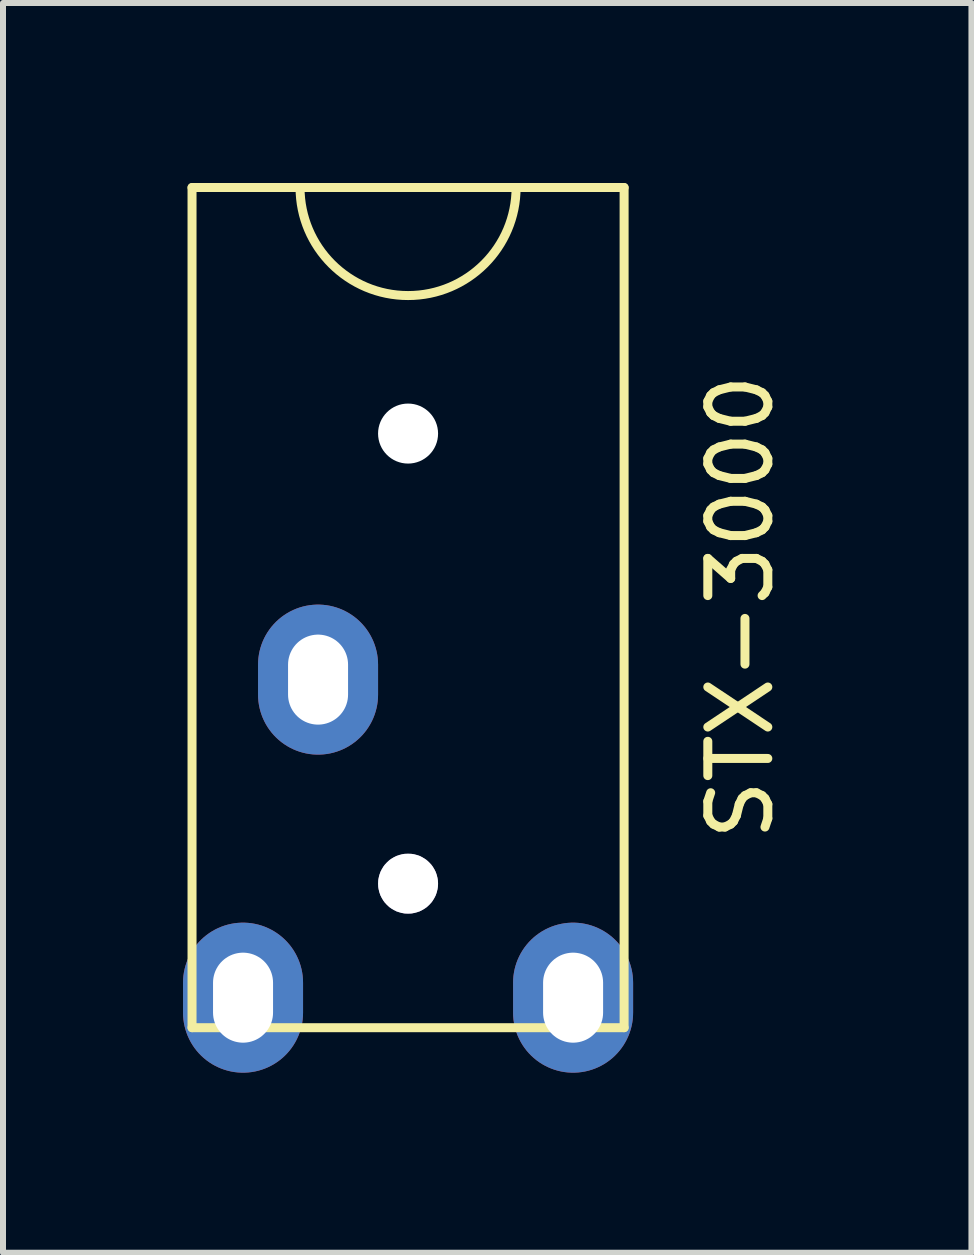
<source format=kicad_pcb>
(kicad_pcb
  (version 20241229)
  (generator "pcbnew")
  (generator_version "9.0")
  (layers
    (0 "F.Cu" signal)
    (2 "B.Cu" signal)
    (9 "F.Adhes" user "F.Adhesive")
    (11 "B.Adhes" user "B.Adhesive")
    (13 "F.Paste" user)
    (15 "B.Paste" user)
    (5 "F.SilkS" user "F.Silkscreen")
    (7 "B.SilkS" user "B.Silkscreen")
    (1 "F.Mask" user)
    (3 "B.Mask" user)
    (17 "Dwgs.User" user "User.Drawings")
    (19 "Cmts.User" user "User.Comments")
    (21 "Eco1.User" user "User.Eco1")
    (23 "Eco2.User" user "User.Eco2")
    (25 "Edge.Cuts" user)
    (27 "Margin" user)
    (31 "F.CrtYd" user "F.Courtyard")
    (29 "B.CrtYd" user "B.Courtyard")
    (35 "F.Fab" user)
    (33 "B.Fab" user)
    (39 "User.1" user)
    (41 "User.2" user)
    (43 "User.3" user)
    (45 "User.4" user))
  (footprint "STX-3000"
    (layer "F.Cu")
    (at 3.75 7.075)
    (property "Reference" "STX-3000" (at 5.54 -0.01 90) (layer "F.SilkS") (effects (font (size 1 1) (thickness 0.15))))
    (attr through_hole)
    (fp_line (start -3.6 -7) (end 3.6 -7) (stroke (width 0.15) (type solid)) (layer "F.SilkS"))
    (fp_line (start -3.6 7) (end -3.6 -7) (stroke (width 0.15) (type solid)) (layer "F.SilkS"))
    (fp_line (start -3.6 7) (end 3.6 7) (stroke (width 0.15) (type solid)) (layer "F.SilkS"))
    (fp_line (start 3.6 -7) (end 3.6 7) (stroke (width 0.15) (type solid)) (layer "F.SilkS"))
    (fp_arc (start 1.8 -7) (mid 0 -5.2) (end -1.8 -7) (stroke (width 0.15) (type solid)) (layer "F.SilkS"))
    (pad "" np_thru_hole circle (at 0 -2.9) (size 1 1) (drill 1) (layers "*.Cu" "*.Mask"))
    (pad "" np_thru_hole custom (at 0 4.6) (size 1 1) (drill 1) (layers "*.Cu" "*.Mask") (options (anchor circle)) (primitives))
    (pad "R" thru_hole oval (at 2.75 6.5) (size 2 2.5) (drill oval 1 1.5) (layers "*.Cu" "*.Mask"))
    (pad "S" thru_hole oval (at -1.5 1.2) (size 2 2.5) (drill oval 1 1.5) (layers "*.Cu" "*.Mask"))
    (pad "T" thru_hole oval (at -2.75 6.5) (size 2 2.5) (drill oval 1 1.5) (layers "*.Cu" "*.Mask")))
  (gr_rect
    (start -3 -3)
    (end 13.138 17.825)
    (stroke (width 0.1) (type default))
    (fill no)
    (layer "Edge.Cuts")))
</source>
